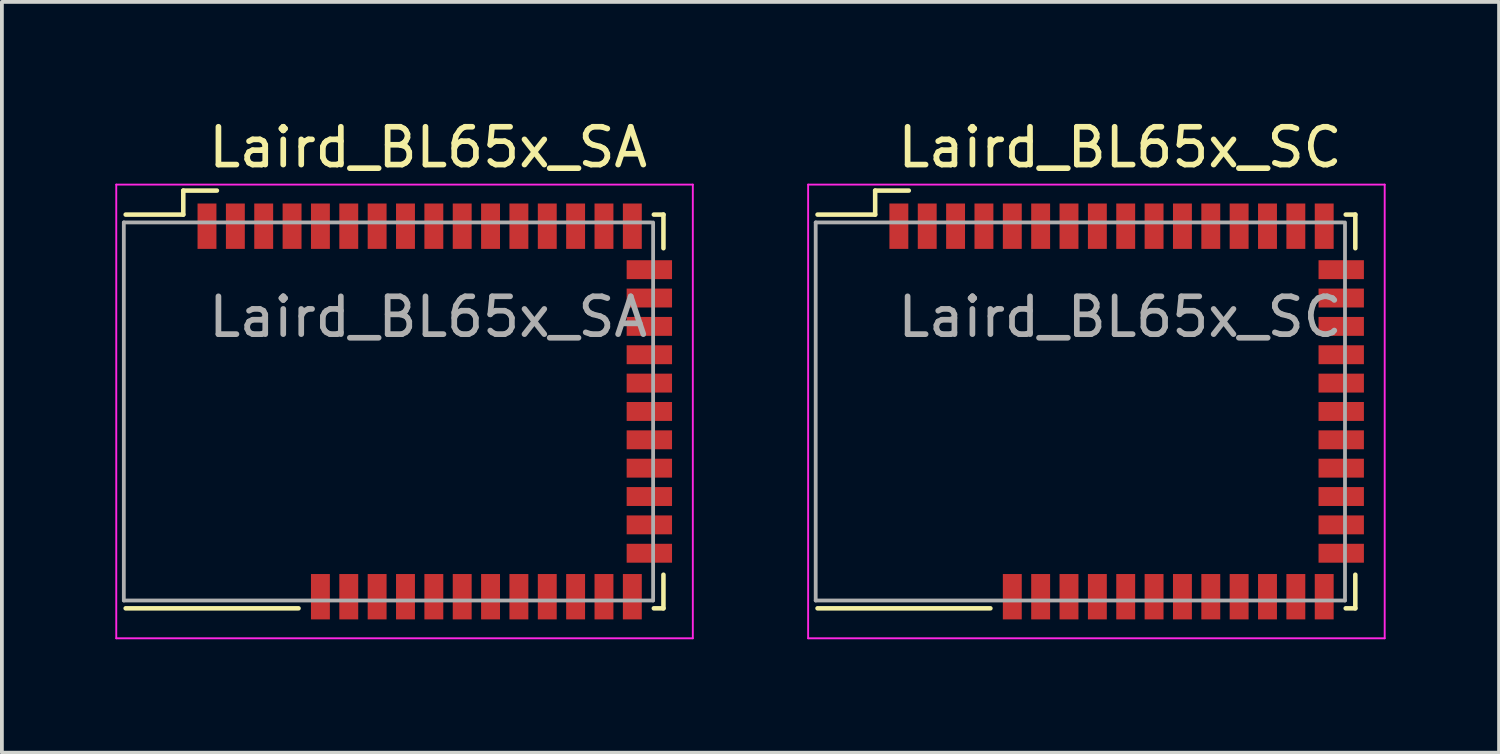
<source format=kicad_pcb>
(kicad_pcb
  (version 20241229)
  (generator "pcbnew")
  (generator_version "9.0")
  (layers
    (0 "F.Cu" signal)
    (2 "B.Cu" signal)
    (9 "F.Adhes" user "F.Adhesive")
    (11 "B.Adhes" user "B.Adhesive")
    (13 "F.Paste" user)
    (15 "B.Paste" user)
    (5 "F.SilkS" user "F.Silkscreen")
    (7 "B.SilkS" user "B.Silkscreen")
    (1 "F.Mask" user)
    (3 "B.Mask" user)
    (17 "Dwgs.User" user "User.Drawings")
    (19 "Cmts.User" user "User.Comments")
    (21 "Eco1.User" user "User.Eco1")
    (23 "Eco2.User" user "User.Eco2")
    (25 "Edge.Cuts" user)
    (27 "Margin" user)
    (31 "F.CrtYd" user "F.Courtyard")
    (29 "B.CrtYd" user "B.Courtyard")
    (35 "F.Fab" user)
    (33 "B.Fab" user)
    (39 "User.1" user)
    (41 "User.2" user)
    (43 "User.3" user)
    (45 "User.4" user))
  (footprint "Laird_BL65x_SA"
    (layer "F.Cu")
    (at 8.275 7.833)
    (property "Reference" "Laird_BL65x_SA" (at 0 -6.985 0) (layer "F.SilkS") (effects (font (size 1 1) (thickness 0.15))))
    (attr smd)
    (fp_line (start -8.001 -5.207) (end -6.477 -5.207) (stroke (width 0.12) (type solid)) (layer "F.SilkS"))
    (fp_line (start -6.477 -5.842) (end -5.588 -5.842) (stroke (width 0.12) (type solid)) (layer "F.SilkS"))
    (fp_line (start -6.477 -5.207) (end -6.477 -5.842) (stroke (width 0.12) (type solid)) (layer "F.SilkS"))
    (fp_line (start -3.429 5.207) (end -8.001 5.207) (stroke (width 0.12) (type solid)) (layer "F.SilkS"))
    (fp_line (start 5.969 -5.207) (end 6.223 -5.207) (stroke (width 0.12) (type solid)) (layer "F.SilkS"))
    (fp_line (start 6.223 -5.207) (end 6.223 -4.318) (stroke (width 0.12) (type solid)) (layer "F.SilkS"))
    (fp_line (start 6.223 5.207) (end 5.969 5.207) (stroke (width 0.12) (type solid)) (layer "F.SilkS"))
    (fp_line (start 6.223 5.207) (end 6.223 4.318) (stroke (width 0.12) (type solid)) (layer "F.SilkS"))
    (fp_line (start -8.25 -6) (end 7 -6) (stroke (width 0.05) (type solid)) (layer "F.CrtYd"))
    (fp_line (start -8.25 6) (end -8.25 -6) (stroke (width 0.05) (type solid)) (layer "F.CrtYd"))
    (fp_line (start 7 -6) (end 7 6) (stroke (width 0.05) (type solid)) (layer "F.CrtYd"))
    (fp_line (start 7 6) (end -8.25 6) (stroke (width 0.05) (type solid)) (layer "F.CrtYd"))
    (fp_line (start -8.05 -5) (end -8.05 5) (stroke (width 0.1) (type solid)) (layer "F.Fab"))
    (fp_line (start -8.05 -5) (end 5.9 -5) (stroke (width 0.1) (type solid)) (layer "F.Fab"))
    (fp_line (start 5.95 -5) (end 5.95 5) (stroke (width 0.1) (type solid)) (layer "F.Fab"))
    (fp_line (start 5.95 5) (end -8.05 5) (stroke (width 0.1) (type solid)) (layer "F.Fab"))
    (fp_text user "${REFERENCE}" (at 0 -2.5 0) (layer "F.Fab") (effects (font (size 1 1) (thickness 0.15))))
    (pad "1" smd rect (at -5.85 -4.9 90) (size 1.2 0.5) (layers "F.Cu" "F.Mask" "F.Paste"))
    (pad "2" smd rect (at -5.1 -4.9 90) (size 1.2 0.5) (layers "F.Cu" "F.Mask" "F.Paste"))
    (pad "3" smd rect (at -4.35 -4.9 90) (size 1.2 0.5) (layers "F.Cu" "F.Mask" "F.Paste"))
    (pad "4" smd rect (at -3.6 -4.9 90) (size 1.2 0.5) (layers "F.Cu" "F.Mask" "F.Paste"))
    (pad "5" smd rect (at -2.85 -4.9 90) (size 1.2 0.5) (layers "F.Cu" "F.Mask" "F.Paste"))
    (pad "6" smd rect (at -2.1 -4.9 90) (size 1.2 0.5) (layers "F.Cu" "F.Mask" "F.Paste"))
    (pad "7" smd rect (at -1.35 -4.9 90) (size 1.2 0.5) (layers "F.Cu" "F.Mask" "F.Paste"))
    (pad "8" smd rect (at -0.6 -4.9 90) (size 1.2 0.5) (layers "F.Cu" "F.Mask" "F.Paste"))
    (pad "9" smd rect (at 0.15 -4.9 90) (size 1.2 0.5) (layers "F.Cu" "F.Mask" "F.Paste"))
    (pad "10" smd rect (at 0.9 -4.9 90) (size 1.2 0.5) (layers "F.Cu" "F.Mask" "F.Paste"))
    (pad "11" smd rect (at 1.65 -4.9 90) (size 1.2 0.5) (layers "F.Cu" "F.Mask" "F.Paste"))
    (pad "12" smd rect (at 2.4 -4.9 90) (size 1.2 0.5) (layers "F.Cu" "F.Mask" "F.Paste"))
    (pad "13" smd rect (at 3.15 -4.9 90) (size 1.2 0.5) (layers "F.Cu" "F.Mask" "F.Paste"))
    (pad "14" smd rect (at 3.9 -4.9 90) (size 1.2 0.5) (layers "F.Cu" "F.Mask" "F.Paste"))
    (pad "15" smd rect (at 4.65 -4.9 90) (size 1.2 0.5) (layers "F.Cu" "F.Mask" "F.Paste"))
    (pad "16" smd rect (at 5.4 -4.9 90) (size 1.2 0.5) (layers "F.Cu" "F.Mask" "F.Paste"))
    (pad "17" smd rect (at 5.85 -3.75) (size 1.2 0.5) (layers "F.Cu" "F.Mask" "F.Paste"))
    (pad "18" smd rect (at 5.85 -3) (size 1.2 0.5) (layers "F.Cu" "F.Mask" "F.Paste"))
    (pad "19" smd rect (at 5.85 -2.25) (size 1.2 0.5) (layers "F.Cu" "F.Mask" "F.Paste"))
    (pad "20" smd rect (at 5.85 -1.5) (size 1.2 0.5) (layers "F.Cu" "F.Mask" "F.Paste"))
    (pad "21" smd rect (at 5.85 -0.75) (size 1.2 0.5) (layers "F.Cu" "F.Mask" "F.Paste"))
    (pad "22" smd rect (at 5.85 0) (size 1.2 0.5) (layers "F.Cu" "F.Mask" "F.Paste"))
    (pad "23" smd rect (at 5.85 0.75) (size 1.2 0.5) (layers "F.Cu" "F.Mask" "F.Paste"))
    (pad "24" smd rect (at 5.85 1.5) (size 1.2 0.5) (layers "F.Cu" "F.Mask" "F.Paste"))
    (pad "25" smd rect (at 5.85 2.25) (size 1.2 0.5) (layers "F.Cu" "F.Mask" "F.Paste"))
    (pad "26" smd rect (at 5.85 3) (size 1.2 0.5) (layers "F.Cu" "F.Mask" "F.Paste"))
    (pad "27" smd rect (at 5.85 3.75) (size 1.2 0.5) (layers "F.Cu" "F.Mask" "F.Paste"))
    (pad "28" smd rect (at 5.4 4.9 90) (size 1.2 0.5) (layers "F.Cu" "F.Mask" "F.Paste"))
    (pad "29" smd rect (at 4.65 4.9 90) (size 1.2 0.5) (layers "F.Cu" "F.Mask" "F.Paste"))
    (pad "30" smd rect (at 3.9 4.9 90) (size 1.2 0.5) (layers "F.Cu" "F.Mask" "F.Paste"))
    (pad "31" smd rect (at 3.15 4.9 90) (size 1.2 0.5) (layers "F.Cu" "F.Mask" "F.Paste"))
    (pad "32" smd rect (at 2.4 4.9 90) (size 1.2 0.5) (layers "F.Cu" "F.Mask" "F.Paste"))
    (pad "33" smd rect (at 1.65 4.9 90) (size 1.2 0.5) (layers "F.Cu" "F.Mask" "F.Paste"))
    (pad "34" smd rect (at 0.9 4.9 90) (size 1.2 0.5) (layers "F.Cu" "F.Mask" "F.Paste"))
    (pad "35" smd rect (at 0.15 4.9 90) (size 1.2 0.5) (layers "F.Cu" "F.Mask" "F.Paste"))
    (pad "36" smd rect (at -0.6 4.9 90) (size 1.2 0.5) (layers "F.Cu" "F.Mask" "F.Paste"))
    (pad "37" smd rect (at -1.35 4.9 90) (size 1.2 0.5) (layers "F.Cu" "F.Mask" "F.Paste"))
    (pad "38" smd rect (at -2.1 4.9 90) (size 1.2 0.5) (layers "F.Cu" "F.Mask" "F.Paste"))
    (pad "39" smd rect (at -2.85 4.9 90) (size 1.2 0.5) (layers "F.Cu" "F.Mask" "F.Paste")))
  (footprint "Laird_BL65x_SC"
    (layer "F.Cu")
    (at 26.575 7.833)
    (property "Reference" "Laird_BL65x_SC" (at 0 -6.985 0) (layer "F.SilkS") (effects (font (size 1 1) (thickness 0.15))))
    (attr smd)
    (fp_line (start -8.001 -5.207) (end -6.477 -5.207) (stroke (width 0.12) (type solid)) (layer "F.SilkS"))
    (fp_line (start -6.477 -5.842) (end -5.588 -5.842) (stroke (width 0.12) (type solid)) (layer "F.SilkS"))
    (fp_line (start -6.477 -5.207) (end -6.477 -5.842) (stroke (width 0.12) (type solid)) (layer "F.SilkS"))
    (fp_line (start -3.429 5.207) (end -8.001 5.207) (stroke (width 0.12) (type solid)) (layer "F.SilkS"))
    (fp_line (start 5.969 -5.207) (end 6.223 -5.207) (stroke (width 0.12) (type solid)) (layer "F.SilkS"))
    (fp_line (start 6.223 -5.207) (end 6.223 -4.318) (stroke (width 0.12) (type solid)) (layer "F.SilkS"))
    (fp_line (start 6.223 5.207) (end 5.969 5.207) (stroke (width 0.12) (type solid)) (layer "F.SilkS"))
    (fp_line (start 6.223 5.207) (end 6.223 4.318) (stroke (width 0.12) (type solid)) (layer "F.SilkS"))
    (fp_line (start -8.25 -6) (end 7 -6) (stroke (width 0.05) (type solid)) (layer "F.CrtYd"))
    (fp_line (start -8.25 6) (end -8.25 -6) (stroke (width 0.05) (type solid)) (layer "F.CrtYd"))
    (fp_line (start 7 -6) (end 7 6) (stroke (width 0.05) (type solid)) (layer "F.CrtYd"))
    (fp_line (start 7 6) (end -8.25 6) (stroke (width 0.05) (type solid)) (layer "F.CrtYd"))
    (fp_line (start -8.05 -5) (end -8.05 5) (stroke (width 0.1) (type solid)) (layer "F.Fab"))
    (fp_line (start -8.05 -5) (end 5.9 -5) (stroke (width 0.1) (type solid)) (layer "F.Fab"))
    (fp_line (start 5.95 -5) (end 5.95 5) (stroke (width 0.1) (type solid)) (layer "F.Fab"))
    (fp_line (start 5.95 5) (end -8.05 5) (stroke (width 0.1) (type solid)) (layer "F.Fab"))
    (fp_text user "${REFERENCE}" (at 0 -2.5 0) (layer "F.Fab") (effects (font (size 1 1) (thickness 0.15))))
    (pad "1" smd rect (at -5.85 -4.9 90) (size 1.2 0.5) (layers "F.Cu" "F.Mask" "F.Paste"))
    (pad "2" smd rect (at -5.1 -4.9 90) (size 1.2 0.5) (layers "F.Cu" "F.Mask" "F.Paste"))
    (pad "3" smd rect (at -4.35 -4.9 90) (size 1.2 0.5) (layers "F.Cu" "F.Mask" "F.Paste"))
    (pad "4" smd rect (at -3.6 -4.9 90) (size 1.2 0.5) (layers "F.Cu" "F.Mask" "F.Paste"))
    (pad "5" smd rect (at -2.85 -4.9 90) (size 1.2 0.5) (layers "F.Cu" "F.Mask" "F.Paste"))
    (pad "6" smd rect (at -2.1 -4.9 90) (size 1.2 0.5) (layers "F.Cu" "F.Mask" "F.Paste"))
    (pad "7" smd rect (at -1.35 -4.9 90) (size 1.2 0.5) (layers "F.Cu" "F.Mask" "F.Paste"))
    (pad "8" smd rect (at -0.6 -4.9 90) (size 1.2 0.5) (layers "F.Cu" "F.Mask" "F.Paste"))
    (pad "9" smd rect (at 0.15 -4.9 90) (size 1.2 0.5) (layers "F.Cu" "F.Mask" "F.Paste"))
    (pad "10" smd rect (at 0.9 -4.9 90) (size 1.2 0.5) (layers "F.Cu" "F.Mask" "F.Paste"))
    (pad "11" smd rect (at 1.65 -4.9 90) (size 1.2 0.5) (layers "F.Cu" "F.Mask" "F.Paste"))
    (pad "12" smd rect (at 2.4 -4.9 90) (size 1.2 0.5) (layers "F.Cu" "F.Mask" "F.Paste"))
    (pad "13" smd rect (at 3.15 -4.9 90) (size 1.2 0.5) (layers "F.Cu" "F.Mask" "F.Paste"))
    (pad "14" smd rect (at 3.9 -4.9 90) (size 1.2 0.5) (layers "F.Cu" "F.Mask" "F.Paste"))
    (pad "15" smd rect (at 4.65 -4.9 90) (size 1.2 0.5) (layers "F.Cu" "F.Mask" "F.Paste"))
    (pad "16" smd rect (at 5.4 -4.9 90) (size 1.2 0.5) (layers "F.Cu" "F.Mask" "F.Paste"))
    (pad "17" smd rect (at 5.85 -3.75) (size 1.2 0.5) (layers "F.Cu" "F.Mask" "F.Paste"))
    (pad "18" smd rect (at 5.85 -3) (size 1.2 0.5) (layers "F.Cu" "F.Mask" "F.Paste"))
    (pad "19" smd rect (at 5.85 -2.25) (size 1.2 0.5) (layers "F.Cu" "F.Mask" "F.Paste"))
    (pad "20" smd rect (at 5.85 -1.5) (size 1.2 0.5) (layers "F.Cu" "F.Mask" "F.Paste"))
    (pad "21" smd rect (at 5.85 -0.75) (size 1.2 0.5) (layers "F.Cu" "F.Mask" "F.Paste"))
    (pad "22" smd rect (at 5.85 0) (size 1.2 0.5) (layers "F.Cu" "F.Mask" "F.Paste"))
    (pad "23" smd rect (at 5.85 0.75) (size 1.2 0.5) (layers "F.Cu" "F.Mask" "F.Paste"))
    (pad "24" smd rect (at 5.85 1.5) (size 1.2 0.5) (layers "F.Cu" "F.Mask" "F.Paste"))
    (pad "25" smd rect (at 5.85 2.25) (size 1.2 0.5) (layers "F.Cu" "F.Mask" "F.Paste"))
    (pad "26" smd rect (at 5.85 3) (size 1.2 0.5) (layers "F.Cu" "F.Mask" "F.Paste"))
    (pad "27" smd rect (at 5.85 3.75) (size 1.2 0.5) (layers "F.Cu" "F.Mask" "F.Paste"))
    (pad "28" smd rect (at 5.4 4.9 90) (size 1.2 0.5) (layers "F.Cu" "F.Mask" "F.Paste"))
    (pad "29" smd rect (at 4.65 4.9 90) (size 1.2 0.5) (layers "F.Cu" "F.Mask" "F.Paste"))
    (pad "30" smd rect (at 3.9 4.9 90) (size 1.2 0.5) (layers "F.Cu" "F.Mask" "F.Paste"))
    (pad "31" smd rect (at 3.15 4.9 90) (size 1.2 0.5) (layers "F.Cu" "F.Mask" "F.Paste"))
    (pad "32" smd rect (at 2.4 4.9 90) (size 1.2 0.5) (layers "F.Cu" "F.Mask" "F.Paste"))
    (pad "33" smd rect (at 1.65 4.9 90) (size 1.2 0.5) (layers "F.Cu" "F.Mask" "F.Paste"))
    (pad "34" smd rect (at 0.9 4.9 90) (size 1.2 0.5) (layers "F.Cu" "F.Mask" "F.Paste"))
    (pad "35" smd rect (at 0.15 4.9 90) (size 1.2 0.5) (layers "F.Cu" "F.Mask" "F.Paste"))
    (pad "36" smd rect (at -0.6 4.9 90) (size 1.2 0.5) (layers "F.Cu" "F.Mask" "F.Paste"))
    (pad "37" smd rect (at -1.35 4.9 90) (size 1.2 0.5) (layers "F.Cu" "F.Mask" "F.Paste"))
    (pad "38" smd rect (at -2.1 4.9 90) (size 1.2 0.5) (layers "F.Cu" "F.Mask" "F.Paste"))
    (pad "39" smd rect (at -2.85 4.9 90) (size 1.2 0.5) (layers "F.Cu" "F.Mask" "F.Paste")))
  (gr_rect
    (start -3 -3)
    (end 36.6 16.858)
    (stroke (width 0.1) (type default))
    (fill no)
    (layer "Edge.Cuts")))
</source>
